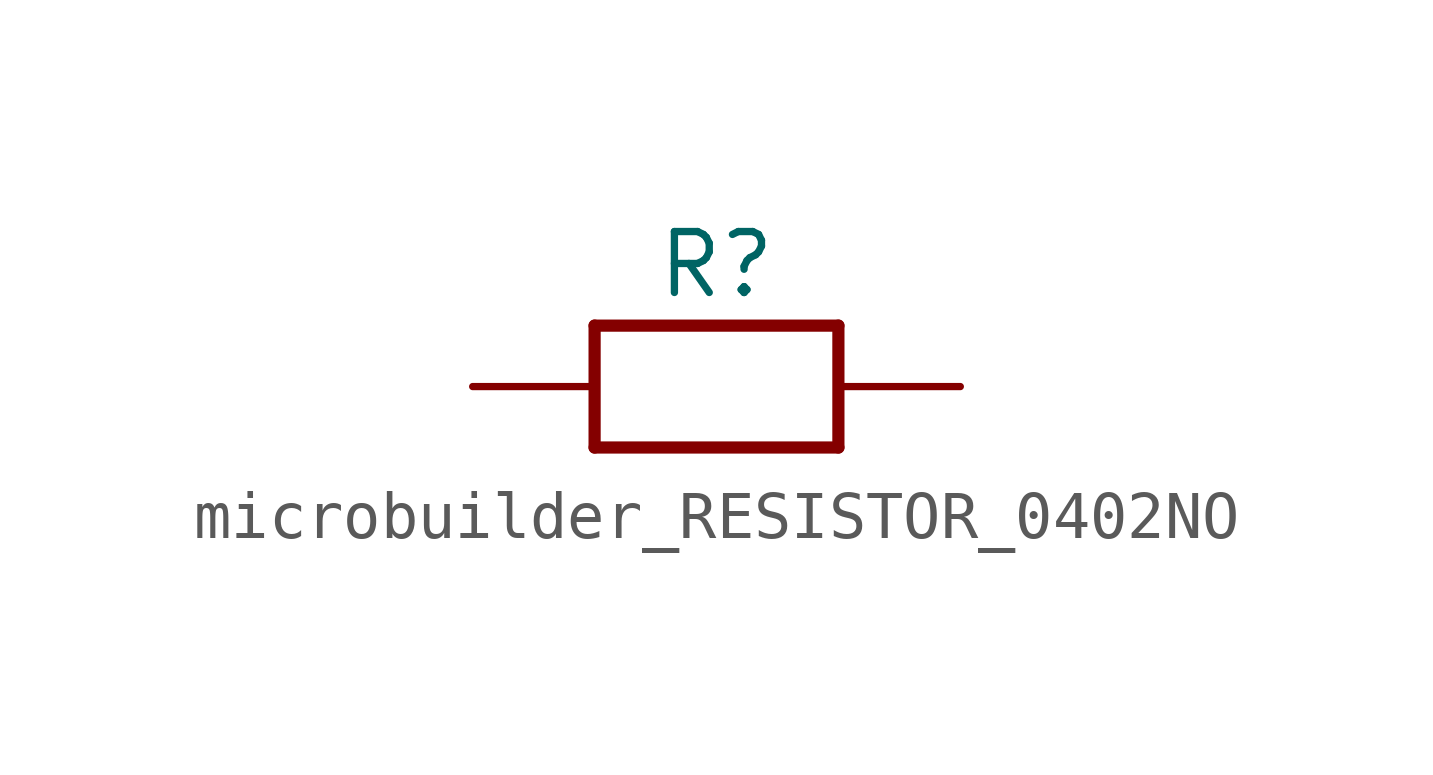
<source format=kicad_sym>
(kicad_symbol_lib
  (version 20231120)
  (generator "kicad_symbol_editor")
  (generator_version "8.0")
  (symbol "microbuilder_RESISTOR_0402NO"
    (property "Reference" "R"
      (at 0 2.54 0)
      (effects (font (size 1.27 1.27))))
    (property "Value" ""
      (at 0 0 0)
      (effects (font (size 1.016 1.016) (thickness 0.203) (bold yes))))
    (property "ki_locked" ""
      (at 0 0 0)
      (effects (font (size 1.27 1.27))))
    (symbol "microbuilder_RESISTOR_0402NO_1_0"
      (polyline (pts (xy -2.54 -1.27) (xy -2.54 1.27)) (stroke (width 0.254) (type solid)) (fill (type none)))
      (polyline (pts (xy -2.54 1.27) (xy 2.54 1.27)) (stroke (width 0.254) (type solid)) (fill (type none)))
      (polyline (pts (xy 2.54 -1.27) (xy -2.54 -1.27)) (stroke (width 0.254) (type solid)) (fill (type none)))
      (polyline (pts (xy 2.54 1.27) (xy 2.54 -1.27)) (stroke (width 0.254) (type solid)) (fill (type none)))
      (pin passive line (at -5.08 0 0) (length 2.54) (name "1" (effects (font (size 0 0)))) (number "1" (effects (font (size 0 0)))))
      (pin passive line (at 5.08 0 180) (length 2.54) (name "2" (effects (font (size 0 0)))) (number "2" (effects (font (size 0 0))))))))
</source>
